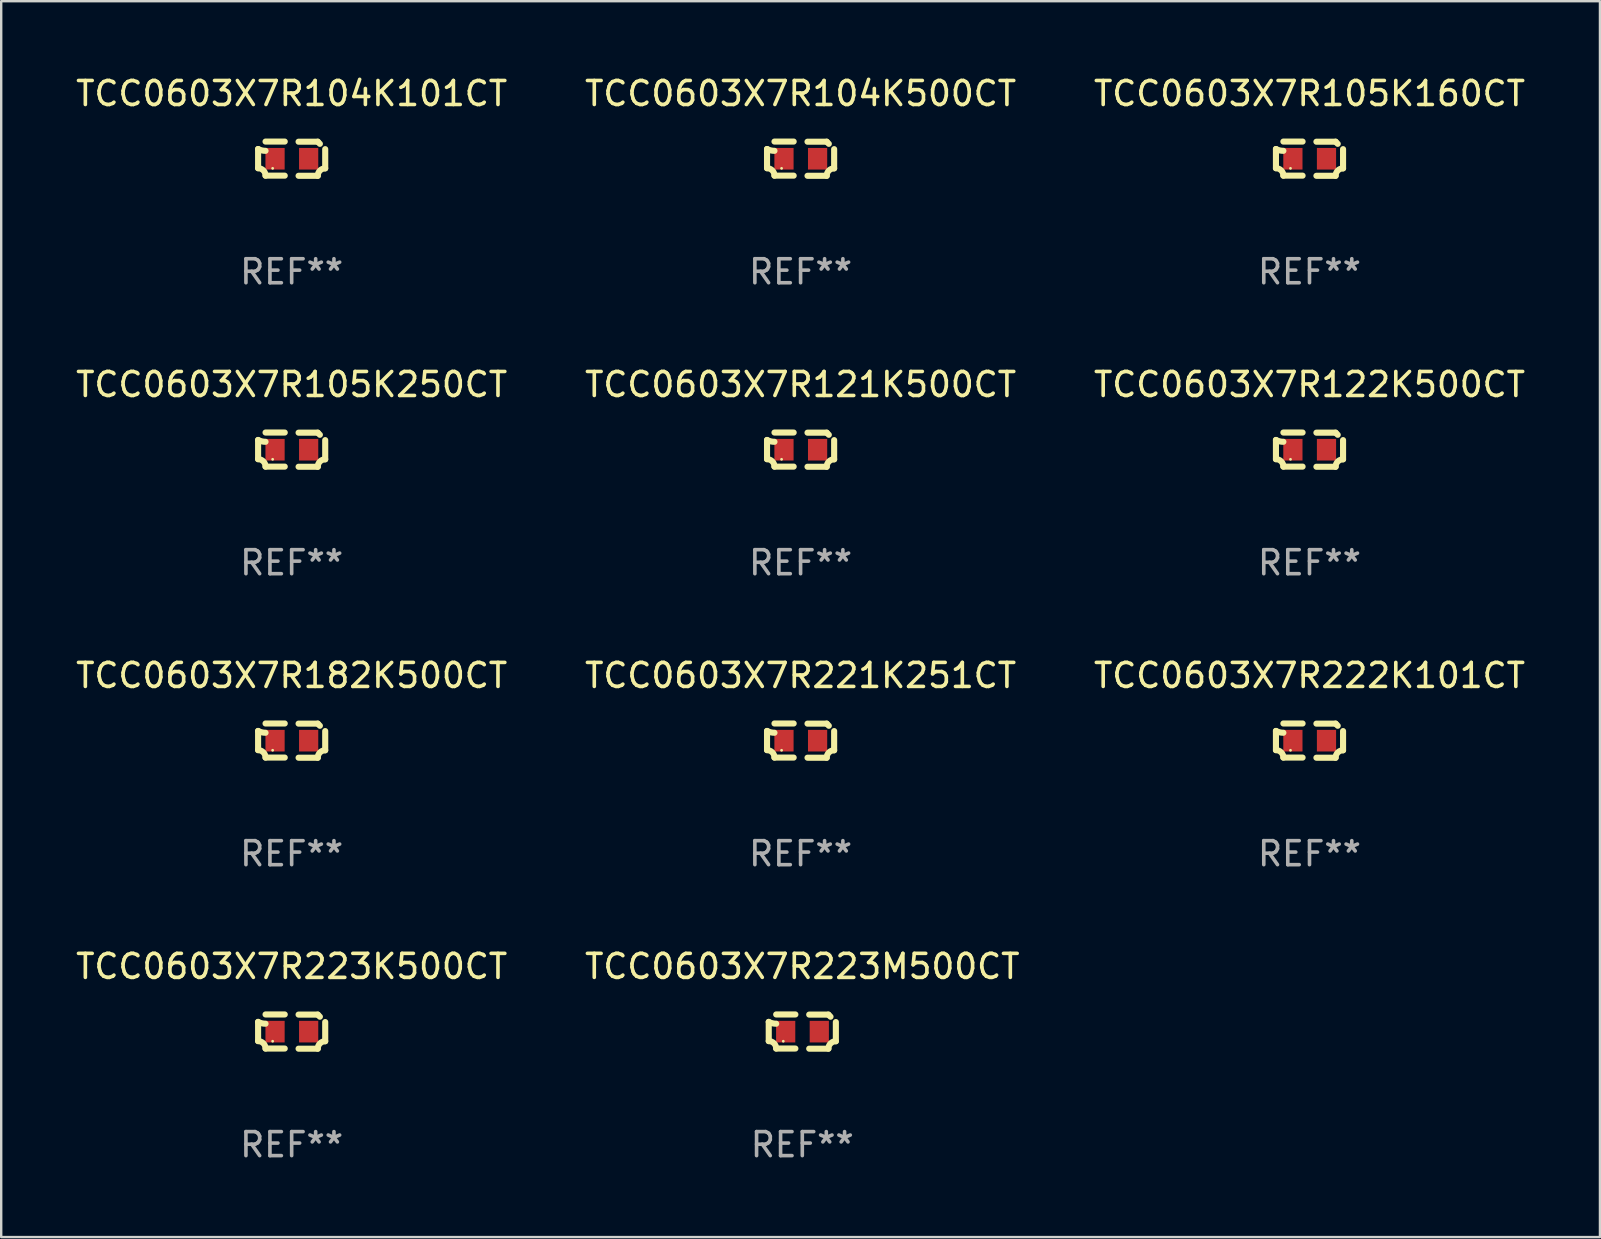
<source format=kicad_pcb>
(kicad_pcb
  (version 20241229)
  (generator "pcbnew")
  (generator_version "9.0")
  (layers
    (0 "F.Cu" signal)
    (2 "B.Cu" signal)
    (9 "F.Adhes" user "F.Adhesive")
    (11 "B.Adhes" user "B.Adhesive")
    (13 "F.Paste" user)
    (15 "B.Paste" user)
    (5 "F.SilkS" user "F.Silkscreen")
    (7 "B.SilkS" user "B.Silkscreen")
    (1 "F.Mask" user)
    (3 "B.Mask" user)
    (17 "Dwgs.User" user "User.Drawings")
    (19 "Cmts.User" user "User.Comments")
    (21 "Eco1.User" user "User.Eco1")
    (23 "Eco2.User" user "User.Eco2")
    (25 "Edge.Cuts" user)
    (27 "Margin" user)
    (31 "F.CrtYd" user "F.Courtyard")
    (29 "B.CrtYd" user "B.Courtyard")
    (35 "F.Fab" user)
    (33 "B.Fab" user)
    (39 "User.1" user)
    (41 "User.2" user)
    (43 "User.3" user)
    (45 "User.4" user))
  (footprint "TCC0603X7R122K500CT"
    (layer "F.Cu")
    (at 51.506 15.683)
    (property "Reference" "TCC0603X7R122K500CT" (at 0 -2.713 0) (layer "F.SilkS") (effects (font (size 1 1) (thickness 0.15))))
    (attr through_hole)
    (fp_line (start -1.398 -0.403) (end -1.398 0.397) (stroke (width 0.254) (type solid)) (layer "F.SilkS"))
    (fp_line (start -0.288 -0.713) (end -1.088 -0.713) (stroke (width 0.254) (type solid)) (layer "F.SilkS"))
    (fp_line (start -0.288 0.707) (end -1.088 0.707) (stroke (width 0.254) (type solid)) (layer "F.SilkS"))
    (fp_line (start 0.288 -0.707) (end 1.088 -0.707) (stroke (width 0.254) (type solid)) (layer "F.SilkS"))
    (fp_line (start 0.288 0.713) (end 1.088 0.713) (stroke (width 0.254) (type solid)) (layer "F.SilkS"))
    (fp_line (start 1.398 -0.397) (end 1.398 0.403) (stroke (width 0.254) (type solid)) (layer "F.SilkS"))
    (fp_arc (start -1.397789 0.397066) (mid -1.178701 0.487826) (end -1.08796 0.706922) (stroke (width 0.254001) (type solid)) (layer "F.SilkS"))
    (fp_arc (start -1.08796 -0.327176) (mid -1.247436 -0.346384) (end -1.39779 -0.402908) (stroke (width 0.254001) (type solid)) (layer "F.SilkS"))
    (fp_arc (start 1.087909 0.712738) (mid 1.178656 0.493655) (end 1.397739 0.402908) (stroke (width 0.254001) (type solid)) (layer "F.SilkS"))
    (fp_arc (start 1.175925 -0.618926) (mid 1.131917 -0.662923) (end 1.08791 -0.706922) (stroke (width 0.254001) (type solid)) (layer "F.SilkS"))
    (fp_circle (center -0.792 0.403) (end -0.762 0.403) (stroke (width 0.06) (type solid)) (fill no) (layer "F.SilkS"))
    (fp_text user "REF**" (at 0 4.713 0) (layer "F.Fab") (effects (font (size 1 1) (thickness 0.15))))
    (pad "1" smd rect (at -0.692 0.003) (size 0.8 0.9) (layers "F.Cu" "F.Mask" "F.Paste"))
    (pad "2" smd rect (at 0.708 0.003) (size 0.8 0.9) (layers "F.Cu" "F.Mask" "F.Paste")))
  (footprint "TCC0603X7R222K101CT"
    (layer "F.Cu")
    (at 51.506 27.805)
    (property "Reference" "TCC0603X7R222K101CT" (at 0 -2.713 0) (layer "F.SilkS") (effects (font (size 1 1) (thickness 0.15))))
    (attr through_hole)
    (fp_line (start -1.398 -0.403) (end -1.398 0.397) (stroke (width 0.254) (type solid)) (layer "F.SilkS"))
    (fp_line (start -0.288 -0.713) (end -1.088 -0.713) (stroke (width 0.254) (type solid)) (layer "F.SilkS"))
    (fp_line (start -0.288 0.707) (end -1.088 0.707) (stroke (width 0.254) (type solid)) (layer "F.SilkS"))
    (fp_line (start 0.288 -0.707) (end 1.088 -0.707) (stroke (width 0.254) (type solid)) (layer "F.SilkS"))
    (fp_line (start 0.288 0.713) (end 1.088 0.713) (stroke (width 0.254) (type solid)) (layer "F.SilkS"))
    (fp_line (start 1.398 -0.397) (end 1.398 0.403) (stroke (width 0.254) (type solid)) (layer "F.SilkS"))
    (fp_arc (start -1.397789 0.397066) (mid -1.178701 0.487826) (end -1.08796 0.706922) (stroke (width 0.254001) (type solid)) (layer "F.SilkS"))
    (fp_arc (start -1.08796 -0.327176) (mid -1.247436 -0.346384) (end -1.39779 -0.402908) (stroke (width 0.254001) (type solid)) (layer "F.SilkS"))
    (fp_arc (start 1.087909 0.712738) (mid 1.178656 0.493655) (end 1.397739 0.402908) (stroke (width 0.254001) (type solid)) (layer "F.SilkS"))
    (fp_arc (start 1.175925 -0.618926) (mid 1.131917 -0.662923) (end 1.08791 -0.706922) (stroke (width 0.254001) (type solid)) (layer "F.SilkS"))
    (fp_circle (center -0.792 0.403) (end -0.762 0.403) (stroke (width 0.06) (type solid)) (fill no) (layer "F.SilkS"))
    (fp_text user "REF**" (at 0 4.713 0) (layer "F.Fab") (effects (font (size 1 1) (thickness 0.15))))
    (pad "1" smd rect (at -0.692 0.003) (size 0.8 0.9) (layers "F.Cu" "F.Mask" "F.Paste"))
    (pad "2" smd rect (at 0.708 0.003) (size 0.8 0.9) (layers "F.Cu" "F.Mask" "F.Paste")))
  (footprint "TCC0603X7R221K251CT"
    (layer "F.Cu")
    (at 30.304 27.805)
    (property "Reference" "TCC0603X7R221K251CT" (at 0 -2.713 0) (layer "F.SilkS") (effects (font (size 1 1) (thickness 0.15))))
    (attr through_hole)
    (fp_line (start -1.398 -0.403) (end -1.398 0.397) (stroke (width 0.254) (type solid)) (layer "F.SilkS"))
    (fp_line (start -0.288 -0.713) (end -1.088 -0.713) (stroke (width 0.254) (type solid)) (layer "F.SilkS"))
    (fp_line (start -0.288 0.707) (end -1.088 0.707) (stroke (width 0.254) (type solid)) (layer "F.SilkS"))
    (fp_line (start 0.288 -0.707) (end 1.088 -0.707) (stroke (width 0.254) (type solid)) (layer "F.SilkS"))
    (fp_line (start 0.288 0.713) (end 1.088 0.713) (stroke (width 0.254) (type solid)) (layer "F.SilkS"))
    (fp_line (start 1.398 -0.397) (end 1.398 0.403) (stroke (width 0.254) (type solid)) (layer "F.SilkS"))
    (fp_arc (start -1.397789 0.397066) (mid -1.178701 0.487826) (end -1.08796 0.706922) (stroke (width 0.254001) (type solid)) (layer "F.SilkS"))
    (fp_arc (start -1.08796 -0.327176) (mid -1.247436 -0.346384) (end -1.39779 -0.402908) (stroke (width 0.254001) (type solid)) (layer "F.SilkS"))
    (fp_arc (start 1.087909 0.712738) (mid 1.178656 0.493655) (end 1.397739 0.402908) (stroke (width 0.254001) (type solid)) (layer "F.SilkS"))
    (fp_arc (start 1.175925 -0.618926) (mid 1.131917 -0.662923) (end 1.08791 -0.706922) (stroke (width 0.254001) (type solid)) (layer "F.SilkS"))
    (fp_circle (center -0.792 0.403) (end -0.762 0.403) (stroke (width 0.06) (type solid)) (fill no) (layer "F.SilkS"))
    (fp_text user "REF**" (at 0 4.713 0) (layer "F.Fab") (effects (font (size 1 1) (thickness 0.15))))
    (pad "1" smd rect (at -0.692 0.003) (size 0.8 0.9) (layers "F.Cu" "F.Mask" "F.Paste"))
    (pad "2" smd rect (at 0.708 0.003) (size 0.8 0.9) (layers "F.Cu" "F.Mask" "F.Paste")))
  (footprint "TCC0603X7R223M500CT"
    (layer "F.Cu")
    (at 30.375 39.927)
    (property "Reference" "TCC0603X7R223M500CT" (at 0 -2.713 0) (layer "F.SilkS") (effects (font (size 1 1) (thickness 0.15))))
    (attr through_hole)
    (fp_line (start -1.398 -0.403) (end -1.398 0.397) (stroke (width 0.254) (type solid)) (layer "F.SilkS"))
    (fp_line (start -0.288 -0.713) (end -1.088 -0.713) (stroke (width 0.254) (type solid)) (layer "F.SilkS"))
    (fp_line (start -0.288 0.707) (end -1.088 0.707) (stroke (width 0.254) (type solid)) (layer "F.SilkS"))
    (fp_line (start 0.288 -0.707) (end 1.088 -0.707) (stroke (width 0.254) (type solid)) (layer "F.SilkS"))
    (fp_line (start 0.288 0.713) (end 1.088 0.713) (stroke (width 0.254) (type solid)) (layer "F.SilkS"))
    (fp_line (start 1.398 -0.397) (end 1.398 0.403) (stroke (width 0.254) (type solid)) (layer "F.SilkS"))
    (fp_arc (start -1.397789 0.397066) (mid -1.178701 0.487826) (end -1.08796 0.706922) (stroke (width 0.254001) (type solid)) (layer "F.SilkS"))
    (fp_arc (start -1.08796 -0.327176) (mid -1.247436 -0.346384) (end -1.39779 -0.402908) (stroke (width 0.254001) (type solid)) (layer "F.SilkS"))
    (fp_arc (start 1.087909 0.712738) (mid 1.178656 0.493655) (end 1.397739 0.402908) (stroke (width 0.254001) (type solid)) (layer "F.SilkS"))
    (fp_arc (start 1.175925 -0.618926) (mid 1.131917 -0.662923) (end 1.08791 -0.706922) (stroke (width 0.254001) (type solid)) (layer "F.SilkS"))
    (fp_circle (center -0.792 0.403) (end -0.762 0.403) (stroke (width 0.06) (type solid)) (fill no) (layer "F.SilkS"))
    (fp_text user "REF**" (at 0 4.713 0) (layer "F.Fab") (effects (font (size 1 1) (thickness 0.15))))
    (pad "1" smd rect (at -0.692 0.003) (size 0.8 0.9) (layers "F.Cu" "F.Mask" "F.Paste"))
    (pad "2" smd rect (at 0.708 0.003) (size 0.8 0.9) (layers "F.Cu" "F.Mask" "F.Paste")))
  (footprint "TCC0603X7R223K500CT"
    (layer "F.Cu")
    (at 9.101 39.927)
    (property "Reference" "TCC0603X7R223K500CT" (at 0 -2.713 0) (layer "F.SilkS") (effects (font (size 1 1) (thickness 0.15))))
    (attr through_hole)
    (fp_line (start -1.398 -0.403) (end -1.398 0.397) (stroke (width 0.254) (type solid)) (layer "F.SilkS"))
    (fp_line (start -0.288 -0.713) (end -1.088 -0.713) (stroke (width 0.254) (type solid)) (layer "F.SilkS"))
    (fp_line (start -0.288 0.707) (end -1.088 0.707) (stroke (width 0.254) (type solid)) (layer "F.SilkS"))
    (fp_line (start 0.288 -0.707) (end 1.088 -0.707) (stroke (width 0.254) (type solid)) (layer "F.SilkS"))
    (fp_line (start 0.288 0.713) (end 1.088 0.713) (stroke (width 0.254) (type solid)) (layer "F.SilkS"))
    (fp_line (start 1.398 -0.397) (end 1.398 0.403) (stroke (width 0.254) (type solid)) (layer "F.SilkS"))
    (fp_arc (start -1.397789 0.397066) (mid -1.178701 0.487826) (end -1.08796 0.706922) (stroke (width 0.254001) (type solid)) (layer "F.SilkS"))
    (fp_arc (start -1.08796 -0.327176) (mid -1.247436 -0.346384) (end -1.39779 -0.402908) (stroke (width 0.254001) (type solid)) (layer "F.SilkS"))
    (fp_arc (start 1.087909 0.712738) (mid 1.178656 0.493655) (end 1.397739 0.402908) (stroke (width 0.254001) (type solid)) (layer "F.SilkS"))
    (fp_arc (start 1.175925 -0.618926) (mid 1.131917 -0.662923) (end 1.08791 -0.706922) (stroke (width 0.254001) (type solid)) (layer "F.SilkS"))
    (fp_circle (center -0.792 0.403) (end -0.762 0.403) (stroke (width 0.06) (type solid)) (fill no) (layer "F.SilkS"))
    (fp_text user "REF**" (at 0 4.713 0) (layer "F.Fab") (effects (font (size 1 1) (thickness 0.15))))
    (pad "1" smd rect (at -0.692 0.003) (size 0.8 0.9) (layers "F.Cu" "F.Mask" "F.Paste"))
    (pad "2" smd rect (at 0.708 0.003) (size 0.8 0.9) (layers "F.Cu" "F.Mask" "F.Paste")))
  (footprint "TCC0603X7R105K160CT"
    (layer "F.Cu")
    (at 51.506 3.561)
    (property "Reference" "TCC0603X7R105K160CT" (at 0 -2.713 0) (layer "F.SilkS") (effects (font (size 1 1) (thickness 0.15))))
    (attr through_hole)
    (fp_line (start -1.398 -0.403) (end -1.398 0.397) (stroke (width 0.254) (type solid)) (layer "F.SilkS"))
    (fp_line (start -0.288 -0.713) (end -1.088 -0.713) (stroke (width 0.254) (type solid)) (layer "F.SilkS"))
    (fp_line (start -0.288 0.707) (end -1.088 0.707) (stroke (width 0.254) (type solid)) (layer "F.SilkS"))
    (fp_line (start 0.288 -0.707) (end 1.088 -0.707) (stroke (width 0.254) (type solid)) (layer "F.SilkS"))
    (fp_line (start 0.288 0.713) (end 1.088 0.713) (stroke (width 0.254) (type solid)) (layer "F.SilkS"))
    (fp_line (start 1.398 -0.397) (end 1.398 0.403) (stroke (width 0.254) (type solid)) (layer "F.SilkS"))
    (fp_arc (start -1.397789 0.397066) (mid -1.178701 0.487826) (end -1.08796 0.706922) (stroke (width 0.254001) (type solid)) (layer "F.SilkS"))
    (fp_arc (start -1.08796 -0.327176) (mid -1.247436 -0.346384) (end -1.39779 -0.402908) (stroke (width 0.254001) (type solid)) (layer "F.SilkS"))
    (fp_arc (start 1.087909 0.712738) (mid 1.178656 0.493655) (end 1.397739 0.402908) (stroke (width 0.254001) (type solid)) (layer "F.SilkS"))
    (fp_arc (start 1.175925 -0.618926) (mid 1.131917 -0.662923) (end 1.08791 -0.706922) (stroke (width 0.254001) (type solid)) (layer "F.SilkS"))
    (fp_circle (center -0.792 0.403) (end -0.762 0.403) (stroke (width 0.06) (type solid)) (fill no) (layer "F.SilkS"))
    (fp_text user "REF**" (at 0 4.713 0) (layer "F.Fab") (effects (font (size 1 1) (thickness 0.15))))
    (pad "1" smd rect (at -0.692 0.003) (size 0.8 0.9) (layers "F.Cu" "F.Mask" "F.Paste"))
    (pad "2" smd rect (at 0.708 0.003) (size 0.8 0.9) (layers "F.Cu" "F.Mask" "F.Paste")))
  (footprint "TCC0603X7R104K500CT"
    (layer "F.Cu")
    (at 30.304 3.561)
    (property "Reference" "TCC0603X7R104K500CT" (at 0 -2.713 0) (layer "F.SilkS") (effects (font (size 1 1) (thickness 0.15))))
    (attr through_hole)
    (fp_line (start -1.398 -0.403) (end -1.398 0.397) (stroke (width 0.254) (type solid)) (layer "F.SilkS"))
    (fp_line (start -0.288 -0.713) (end -1.088 -0.713) (stroke (width 0.254) (type solid)) (layer "F.SilkS"))
    (fp_line (start -0.288 0.707) (end -1.088 0.707) (stroke (width 0.254) (type solid)) (layer "F.SilkS"))
    (fp_line (start 0.288 -0.707) (end 1.088 -0.707) (stroke (width 0.254) (type solid)) (layer "F.SilkS"))
    (fp_line (start 0.288 0.713) (end 1.088 0.713) (stroke (width 0.254) (type solid)) (layer "F.SilkS"))
    (fp_line (start 1.398 -0.397) (end 1.398 0.403) (stroke (width 0.254) (type solid)) (layer "F.SilkS"))
    (fp_arc (start -1.397789 0.397066) (mid -1.178701 0.487826) (end -1.08796 0.706922) (stroke (width 0.254001) (type solid)) (layer "F.SilkS"))
    (fp_arc (start -1.08796 -0.327176) (mid -1.247436 -0.346384) (end -1.39779 -0.402908) (stroke (width 0.254001) (type solid)) (layer "F.SilkS"))
    (fp_arc (start 1.087909 0.712738) (mid 1.178656 0.493655) (end 1.397739 0.402908) (stroke (width 0.254001) (type solid)) (layer "F.SilkS"))
    (fp_arc (start 1.175925 -0.618926) (mid 1.131917 -0.662923) (end 1.08791 -0.706922) (stroke (width 0.254001) (type solid)) (layer "F.SilkS"))
    (fp_circle (center -0.792 0.403) (end -0.762 0.403) (stroke (width 0.06) (type solid)) (fill no) (layer "F.SilkS"))
    (fp_text user "REF**" (at 0 4.713 0) (layer "F.Fab") (effects (font (size 1 1) (thickness 0.15))))
    (pad "1" smd rect (at -0.692 0.003) (size 0.8 0.9) (layers "F.Cu" "F.Mask" "F.Paste"))
    (pad "2" smd rect (at 0.708 0.003) (size 0.8 0.9) (layers "F.Cu" "F.Mask" "F.Paste")))
  (footprint "TCC0603X7R104K101CT"
    (layer "F.Cu")
    (at 9.101 3.561)
    (property "Reference" "TCC0603X7R104K101CT" (at 0 -2.713 0) (layer "F.SilkS") (effects (font (size 1 1) (thickness 0.15))))
    (attr through_hole)
    (fp_line (start -1.398 -0.403) (end -1.398 0.397) (stroke (width 0.254) (type solid)) (layer "F.SilkS"))
    (fp_line (start -0.288 -0.713) (end -1.088 -0.713) (stroke (width 0.254) (type solid)) (layer "F.SilkS"))
    (fp_line (start -0.288 0.707) (end -1.088 0.707) (stroke (width 0.254) (type solid)) (layer "F.SilkS"))
    (fp_line (start 0.288 -0.707) (end 1.088 -0.707) (stroke (width 0.254) (type solid)) (layer "F.SilkS"))
    (fp_line (start 0.288 0.713) (end 1.088 0.713) (stroke (width 0.254) (type solid)) (layer "F.SilkS"))
    (fp_line (start 1.398 -0.397) (end 1.398 0.403) (stroke (width 0.254) (type solid)) (layer "F.SilkS"))
    (fp_arc (start -1.397789 0.397066) (mid -1.178701 0.487826) (end -1.08796 0.706922) (stroke (width 0.254001) (type solid)) (layer "F.SilkS"))
    (fp_arc (start -1.08796 -0.327176) (mid -1.247436 -0.346384) (end -1.39779 -0.402908) (stroke (width 0.254001) (type solid)) (layer "F.SilkS"))
    (fp_arc (start 1.087909 0.712738) (mid 1.178656 0.493655) (end 1.397739 0.402908) (stroke (width 0.254001) (type solid)) (layer "F.SilkS"))
    (fp_arc (start 1.175925 -0.618926) (mid 1.131917 -0.662923) (end 1.08791 -0.706922) (stroke (width 0.254001) (type solid)) (layer "F.SilkS"))
    (fp_circle (center -0.792 0.403) (end -0.762 0.403) (stroke (width 0.06) (type solid)) (fill no) (layer "F.SilkS"))
    (fp_text user "REF**" (at 0 4.713 0) (layer "F.Fab") (effects (font (size 1 1) (thickness 0.15))))
    (pad "1" smd rect (at -0.692 0.003) (size 0.8 0.9) (layers "F.Cu" "F.Mask" "F.Paste"))
    (pad "2" smd rect (at 0.708 0.003) (size 0.8 0.9) (layers "F.Cu" "F.Mask" "F.Paste")))
  (footprint "TCC0603X7R105K250CT"
    (layer "F.Cu")
    (at 9.101 15.683)
    (property "Reference" "TCC0603X7R105K250CT" (at 0 -2.713 0) (layer "F.SilkS") (effects (font (size 1 1) (thickness 0.15))))
    (attr through_hole)
    (fp_line (start -1.398 -0.403) (end -1.398 0.397) (stroke (width 0.254) (type solid)) (layer "F.SilkS"))
    (fp_line (start -0.288 -0.713) (end -1.088 -0.713) (stroke (width 0.254) (type solid)) (layer "F.SilkS"))
    (fp_line (start -0.288 0.707) (end -1.088 0.707) (stroke (width 0.254) (type solid)) (layer "F.SilkS"))
    (fp_line (start 0.288 -0.707) (end 1.088 -0.707) (stroke (width 0.254) (type solid)) (layer "F.SilkS"))
    (fp_line (start 0.288 0.713) (end 1.088 0.713) (stroke (width 0.254) (type solid)) (layer "F.SilkS"))
    (fp_line (start 1.398 -0.397) (end 1.398 0.403) (stroke (width 0.254) (type solid)) (layer "F.SilkS"))
    (fp_arc (start -1.397789 0.397066) (mid -1.178701 0.487826) (end -1.08796 0.706922) (stroke (width 0.254001) (type solid)) (layer "F.SilkS"))
    (fp_arc (start -1.08796 -0.327176) (mid -1.247436 -0.346384) (end -1.39779 -0.402908) (stroke (width 0.254001) (type solid)) (layer "F.SilkS"))
    (fp_arc (start 1.087909 0.712738) (mid 1.178656 0.493655) (end 1.397739 0.402908) (stroke (width 0.254001) (type solid)) (layer "F.SilkS"))
    (fp_arc (start 1.175925 -0.618926) (mid 1.131917 -0.662923) (end 1.08791 -0.706922) (stroke (width 0.254001) (type solid)) (layer "F.SilkS"))
    (fp_circle (center -0.792 0.403) (end -0.762 0.403) (stroke (width 0.06) (type solid)) (fill no) (layer "F.SilkS"))
    (fp_text user "REF**" (at 0 4.713 0) (layer "F.Fab") (effects (font (size 1 1) (thickness 0.15))))
    (pad "1" smd rect (at -0.692 0.003) (size 0.8 0.9) (layers "F.Cu" "F.Mask" "F.Paste"))
    (pad "2" smd rect (at 0.708 0.003) (size 0.8 0.9) (layers "F.Cu" "F.Mask" "F.Paste")))
  (footprint "TCC0603X7R121K500CT"
    (layer "F.Cu")
    (at 30.304 15.683)
    (property "Reference" "TCC0603X7R121K500CT" (at 0 -2.713 0) (layer "F.SilkS") (effects (font (size 1 1) (thickness 0.15))))
    (attr through_hole)
    (fp_line (start -1.398 -0.403) (end -1.398 0.397) (stroke (width 0.254) (type solid)) (layer "F.SilkS"))
    (fp_line (start -0.288 -0.713) (end -1.088 -0.713) (stroke (width 0.254) (type solid)) (layer "F.SilkS"))
    (fp_line (start -0.288 0.707) (end -1.088 0.707) (stroke (width 0.254) (type solid)) (layer "F.SilkS"))
    (fp_line (start 0.288 -0.707) (end 1.088 -0.707) (stroke (width 0.254) (type solid)) (layer "F.SilkS"))
    (fp_line (start 0.288 0.713) (end 1.088 0.713) (stroke (width 0.254) (type solid)) (layer "F.SilkS"))
    (fp_line (start 1.398 -0.397) (end 1.398 0.403) (stroke (width 0.254) (type solid)) (layer "F.SilkS"))
    (fp_arc (start -1.397789 0.397066) (mid -1.178701 0.487826) (end -1.08796 0.706922) (stroke (width 0.254001) (type solid)) (layer "F.SilkS"))
    (fp_arc (start -1.08796 -0.327176) (mid -1.247436 -0.346384) (end -1.39779 -0.402908) (stroke (width 0.254001) (type solid)) (layer "F.SilkS"))
    (fp_arc (start 1.087909 0.712738) (mid 1.178656 0.493655) (end 1.397739 0.402908) (stroke (width 0.254001) (type solid)) (layer "F.SilkS"))
    (fp_arc (start 1.175925 -0.618926) (mid 1.131917 -0.662923) (end 1.08791 -0.706922) (stroke (width 0.254001) (type solid)) (layer "F.SilkS"))
    (fp_circle (center -0.792 0.403) (end -0.762 0.403) (stroke (width 0.06) (type solid)) (fill no) (layer "F.SilkS"))
    (fp_text user "REF**" (at 0 4.713 0) (layer "F.Fab") (effects (font (size 1 1) (thickness 0.15))))
    (pad "1" smd rect (at -0.692 0.003) (size 0.8 0.9) (layers "F.Cu" "F.Mask" "F.Paste"))
    (pad "2" smd rect (at 0.708 0.003) (size 0.8 0.9) (layers "F.Cu" "F.Mask" "F.Paste")))
  (footprint "TCC0603X7R182K500CT"
    (layer "F.Cu")
    (at 9.101 27.805)
    (property "Reference" "TCC0603X7R182K500CT" (at 0 -2.713 0) (layer "F.SilkS") (effects (font (size 1 1) (thickness 0.15))))
    (attr through_hole)
    (fp_line (start -1.398 -0.403) (end -1.398 0.397) (stroke (width 0.254) (type solid)) (layer "F.SilkS"))
    (fp_line (start -0.288 -0.713) (end -1.088 -0.713) (stroke (width 0.254) (type solid)) (layer "F.SilkS"))
    (fp_line (start -0.288 0.707) (end -1.088 0.707) (stroke (width 0.254) (type solid)) (layer "F.SilkS"))
    (fp_line (start 0.288 -0.707) (end 1.088 -0.707) (stroke (width 0.254) (type solid)) (layer "F.SilkS"))
    (fp_line (start 0.288 0.713) (end 1.088 0.713) (stroke (width 0.254) (type solid)) (layer "F.SilkS"))
    (fp_line (start 1.398 -0.397) (end 1.398 0.403) (stroke (width 0.254) (type solid)) (layer "F.SilkS"))
    (fp_arc (start -1.397789 0.397066) (mid -1.178701 0.487826) (end -1.08796 0.706922) (stroke (width 0.254001) (type solid)) (layer "F.SilkS"))
    (fp_arc (start -1.08796 -0.327176) (mid -1.247436 -0.346384) (end -1.39779 -0.402908) (stroke (width 0.254001) (type solid)) (layer "F.SilkS"))
    (fp_arc (start 1.087909 0.712738) (mid 1.178656 0.493655) (end 1.397739 0.402908) (stroke (width 0.254001) (type solid)) (layer "F.SilkS"))
    (fp_arc (start 1.175925 -0.618926) (mid 1.131917 -0.662923) (end 1.08791 -0.706922) (stroke (width 0.254001) (type solid)) (layer "F.SilkS"))
    (fp_circle (center -0.792 0.403) (end -0.762 0.403) (stroke (width 0.06) (type solid)) (fill no) (layer "F.SilkS"))
    (fp_text user "REF**" (at 0 4.713 0) (layer "F.Fab") (effects (font (size 1 1) (thickness 0.15))))
    (pad "1" smd rect (at -0.692 0.003) (size 0.8 0.9) (layers "F.Cu" "F.Mask" "F.Paste"))
    (pad "2" smd rect (at 0.708 0.003) (size 0.8 0.9) (layers "F.Cu" "F.Mask" "F.Paste")))
  (gr_rect
    (start -3 -3)
    (end 63.607 48.488)
    (stroke (width 0.1) (type default))
    (fill no)
    (layer "Edge.Cuts")))
</source>
